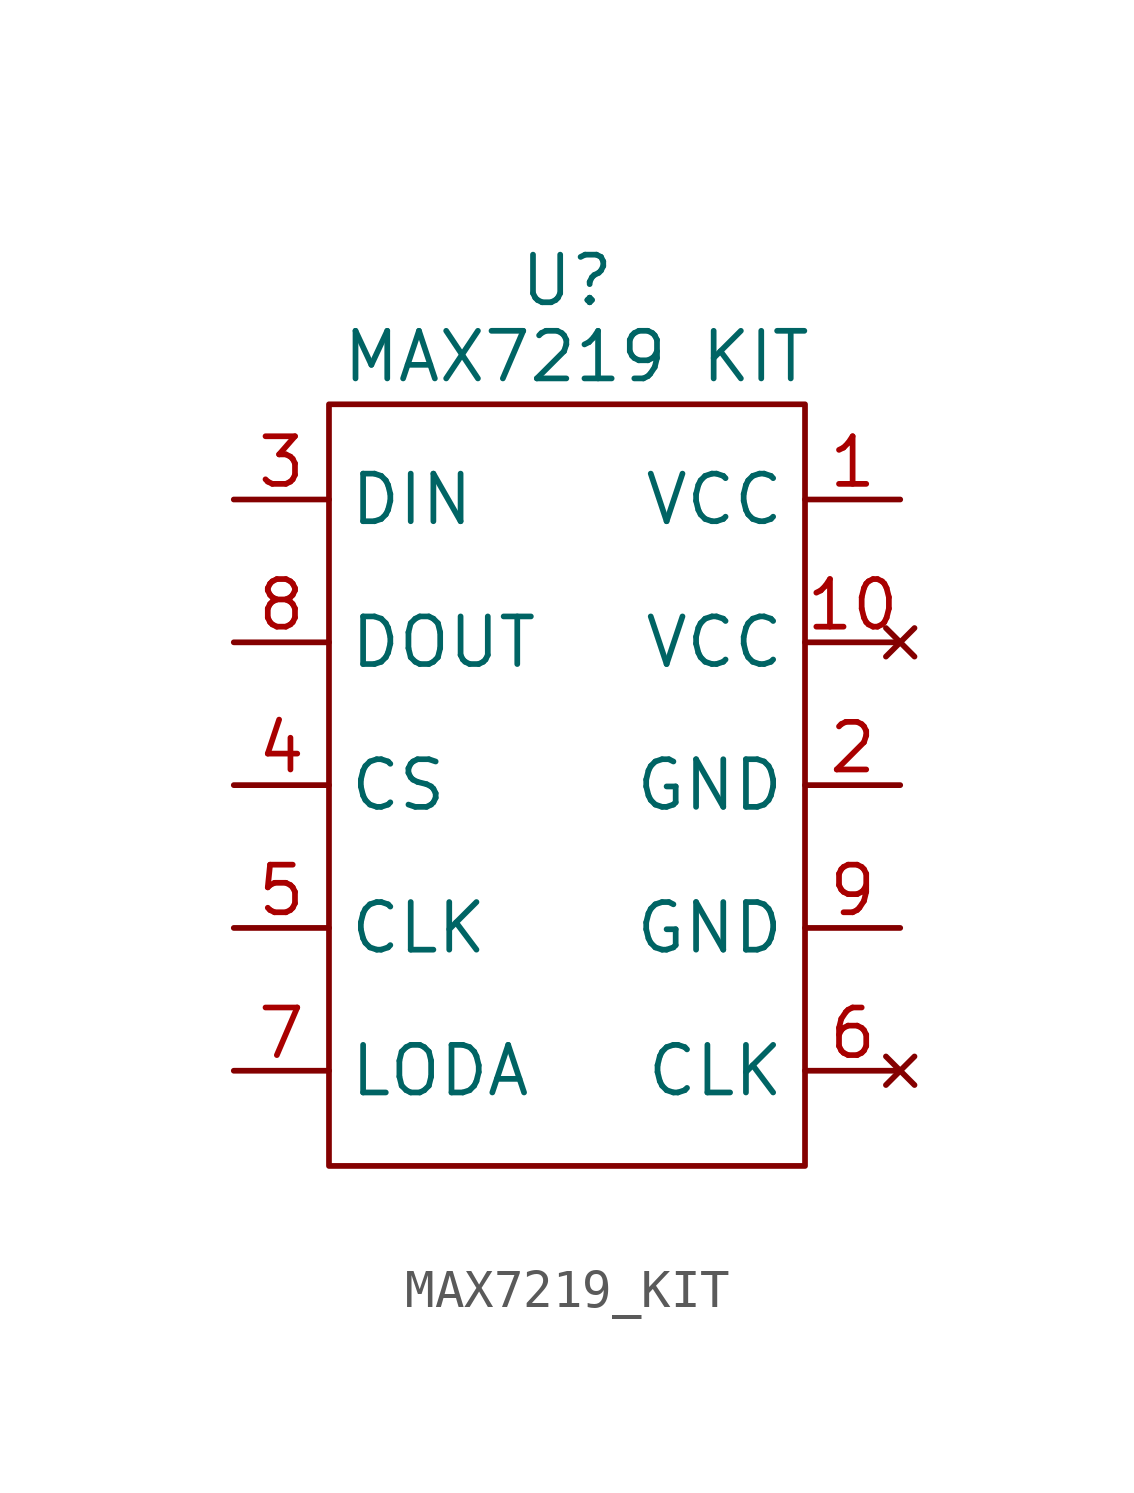
<source format=kicad_sym>
(kicad_symbol_lib
  (version 20231120)
  (generator "kicad_symbol_editor")
  (generator_version "8.0")
  (symbol "MAX7219_KIT"
    (property "Reference" "U"
      (at 0 13.462 0)
      (effects (font (size 1.27 1.27))))
    (property "Value" "MAX7219 KIT"
      (at 0.254 11.43 0)
      (effects (font (size 1.27 1.27))))
    (symbol "MAX7219_KIT_0_1"
      (rectangle (start -6.35 10.16) (end 6.35 -10.16) (stroke (width 0) (type default)) (fill (type none))))
    (symbol "MAX7219_KIT_1_1"
      (pin power_in line (at 8.89 7.62 180) (length 2.54) (name "VCC" (effects (font (size 1.27 1.27)))) (number "1" (effects (font (size 1.27 1.27)))))
      (pin no_connect line (at 8.89 3.81 180) (length 2.54) (name "VCC" (effects (font (size 1.27 1.27)))) (number "10" (effects (font (size 1.27 1.27)))))
      (pin power_in line (at 8.89 0 180) (length 2.54) (name "GND" (effects (font (size 1.27 1.27)))) (number "2" (effects (font (size 1.27 1.27)))))
      (pin input line (at -8.89 7.62 0) (length 2.54) (name "DIN" (effects (font (size 1.27 1.27)))) (number "3" (effects (font (size 1.27 1.27)))))
      (pin input line (at -8.89 0 0) (length 2.54) (name "CS" (effects (font (size 1.27 1.27)))) (number "4" (effects (font (size 1.27 1.27)))))
      (pin input line (at -8.89 -3.81 0) (length 2.54) (name "CLK" (effects (font (size 1.27 1.27)))) (number "5" (effects (font (size 1.27 1.27)))))
      (pin no_connect line (at 8.89 -7.62 180) (length 2.54) (name "CLK" (effects (font (size 1.27 1.27)))) (number "6" (effects (font (size 1.27 1.27)))))
      (pin input line (at -8.89 -7.62 0) (length 2.54) (name "LODA" (effects (font (size 1.27 1.27)))) (number "7" (effects (font (size 1.27 1.27)))))
      (pin input line (at -8.89 3.81 0) (length 2.54) (name "DOUT" (effects (font (size 1.27 1.27)))) (number "8" (effects (font (size 1.27 1.27)))))
      (pin power_in line (at 8.89 -3.81 180) (length 2.54) (name "GND" (effects (font (size 1.27 1.27)))) (number "9" (effects (font (size 1.27 1.27))))))))
</source>
